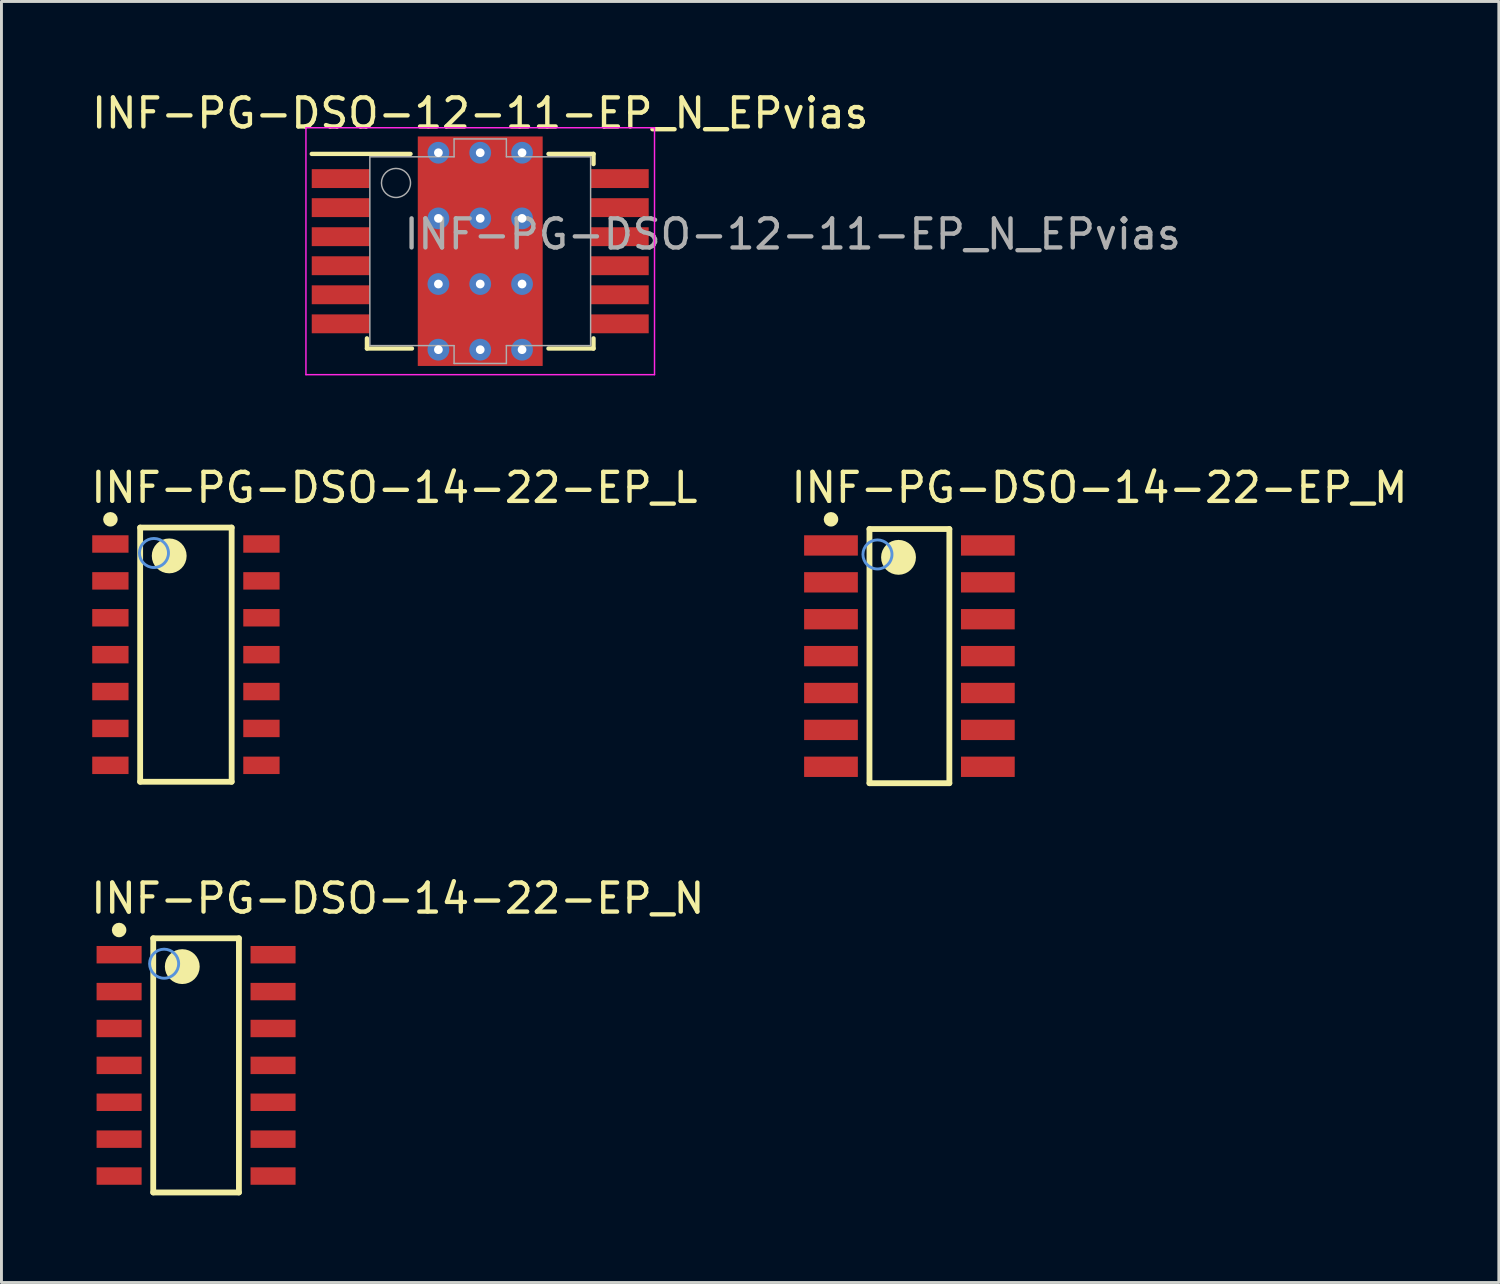
<source format=kicad_pcb>
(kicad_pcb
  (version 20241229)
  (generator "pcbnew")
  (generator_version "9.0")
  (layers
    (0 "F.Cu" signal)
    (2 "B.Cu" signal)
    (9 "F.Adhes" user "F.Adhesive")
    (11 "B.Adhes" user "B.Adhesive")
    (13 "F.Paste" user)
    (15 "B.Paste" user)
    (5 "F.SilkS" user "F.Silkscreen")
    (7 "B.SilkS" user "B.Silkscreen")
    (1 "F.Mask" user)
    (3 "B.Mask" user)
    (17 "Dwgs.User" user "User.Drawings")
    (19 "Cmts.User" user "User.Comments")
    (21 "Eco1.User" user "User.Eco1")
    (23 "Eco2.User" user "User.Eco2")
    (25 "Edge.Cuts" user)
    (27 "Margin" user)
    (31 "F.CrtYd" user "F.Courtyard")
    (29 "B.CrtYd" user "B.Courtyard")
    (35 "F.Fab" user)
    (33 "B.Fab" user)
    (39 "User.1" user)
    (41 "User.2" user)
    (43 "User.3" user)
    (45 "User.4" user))
  (footprint "INF-PG-DSO-14-22-EP_M"
    (layer "F.Cu")
    (at 28.257 19.537)
    (property "Reference" "INF-PG-DSO-14-22-EP_M" (at -4.15 -5.214 0) (layer "F.SilkS") (effects (font (size 1 1) (thickness 0.15)) (justify left bottom)))
    (attr through_hole)
    (fp_line (start -1.375 -4.375) (end 1.375 -4.375) (stroke (width 0.2) (type solid)) (layer "F.SilkS"))
    (fp_line (start -1.375 4.375) (end -1.375 -4.375) (stroke (width 0.2) (type solid)) (layer "F.SilkS"))
    (fp_line (start -1.375 4.375) (end 1.375 4.375) (stroke (width 0.2) (type solid)) (layer "F.SilkS"))
    (fp_line (start 1.375 4.375) (end 1.375 -4.375) (stroke (width 0.2) (type solid)) (layer "F.SilkS"))
    (fp_circle (center -2.7 -4.71) (end -2.575 -4.71) (stroke (width 0.25) (type solid)) (fill no) (layer "F.SilkS"))
    (fp_circle (center -0.375 -3.4) (end -0.075 -3.4) (stroke (width 0.6) (type solid)) (fill no) (layer "F.SilkS"))
    (fp_circle (center -1.1 -3.5) (end -0.6 -3.5) (stroke (width 0.1) (type solid)) (fill no) (layer "Cmts.User"))
    (pad "1" smd rect (at -2.7 -3.81 90) (size 0.7 1.85) (layers "F.Cu" "F.Mask" "F.Paste"))
    (pad "2" smd rect (at -2.7 -2.54 90) (size 0.7 1.85) (layers "F.Cu" "F.Mask" "F.Paste"))
    (pad "3" smd rect (at -2.7 -1.27 90) (size 0.7 1.85) (layers "F.Cu" "F.Mask" "F.Paste"))
    (pad "4" smd rect (at -2.7 0 90) (size 0.7 1.85) (layers "F.Cu" "F.Mask" "F.Paste"))
    (pad "5" smd rect (at -2.7 1.27 90) (size 0.7 1.85) (layers "F.Cu" "F.Mask" "F.Paste"))
    (pad "6" smd rect (at -2.7 2.54 90) (size 0.7 1.85) (layers "F.Cu" "F.Mask" "F.Paste"))
    (pad "7" smd rect (at -2.7 3.81 90) (size 0.7 1.85) (layers "F.Cu" "F.Mask" "F.Paste"))
    (pad "8" smd rect (at 2.7 3.81 90) (size 0.7 1.85) (layers "F.Cu" "F.Mask" "F.Paste"))
    (pad "9" smd rect (at 2.7 2.54 90) (size 0.7 1.85) (layers "F.Cu" "F.Mask" "F.Paste"))
    (pad "10" smd rect (at 2.7 1.27 90) (size 0.7 1.85) (layers "F.Cu" "F.Mask" "F.Paste"))
    (pad "11" smd rect (at 2.7 0 90) (size 0.7 1.85) (layers "F.Cu" "F.Mask" "F.Paste"))
    (pad "12" smd rect (at 2.7 -1.27 90) (size 0.7 1.85) (layers "F.Cu" "F.Mask" "F.Paste"))
    (pad "13" smd rect (at 2.7 -2.54 90) (size 0.7 1.85) (layers "F.Cu" "F.Mask" "F.Paste"))
    (pad "14" smd rect (at 2.7 -3.81 90) (size 0.7 1.85) (layers "F.Cu" "F.Mask" "F.Paste")))
  (footprint "INF-PG-DSO-14-22-EP_N"
    (layer "F.Cu")
    (at 3.7 33.626)
    (property "Reference" "INF-PG-DSO-14-22-EP_N" (at -3.7 -5.164 0) (layer "F.SilkS") (effects (font (size 1 1) (thickness 0.15)) (justify left bottom)))
    (attr through_hole)
    (fp_line (start -1.475 -4.375) (end 1.475 -4.375) (stroke (width 0.2) (type solid)) (layer "F.SilkS"))
    (fp_line (start -1.475 4.375) (end -1.475 -4.375) (stroke (width 0.2) (type solid)) (layer "F.SilkS"))
    (fp_line (start -1.475 4.375) (end 1.475 4.375) (stroke (width 0.2) (type solid)) (layer "F.SilkS"))
    (fp_line (start 1.475 4.375) (end 1.475 -4.375) (stroke (width 0.2) (type solid)) (layer "F.SilkS"))
    (fp_circle (center -2.65 -4.66) (end -2.525 -4.66) (stroke (width 0.25) (type solid)) (fill no) (layer "F.SilkS"))
    (fp_circle (center -0.475 -3.4) (end -0.175 -3.4) (stroke (width 0.6) (type solid)) (fill no) (layer "F.SilkS"))
    (fp_circle (center -1.1 -3.5) (end -0.6 -3.5) (stroke (width 0.1) (type solid)) (fill no) (layer "Cmts.User"))
    (pad "1" smd rect (at -2.65 -3.81 90) (size 0.6 1.55) (layers "F.Cu" "F.Mask" "F.Paste"))
    (pad "2" smd rect (at -2.65 -2.54 90) (size 0.6 1.55) (layers "F.Cu" "F.Mask" "F.Paste"))
    (pad "3" smd rect (at -2.65 -1.27 90) (size 0.6 1.55) (layers "F.Cu" "F.Mask" "F.Paste"))
    (pad "4" smd rect (at -2.65 0 90) (size 0.6 1.55) (layers "F.Cu" "F.Mask" "F.Paste"))
    (pad "5" smd rect (at -2.65 1.27 90) (size 0.6 1.55) (layers "F.Cu" "F.Mask" "F.Paste"))
    (pad "6" smd rect (at -2.65 2.54 90) (size 0.6 1.55) (layers "F.Cu" "F.Mask" "F.Paste"))
    (pad "7" smd rect (at -2.65 3.81 90) (size 0.6 1.55) (layers "F.Cu" "F.Mask" "F.Paste"))
    (pad "8" smd rect (at 2.65 3.81 90) (size 0.6 1.55) (layers "F.Cu" "F.Mask" "F.Paste"))
    (pad "9" smd rect (at 2.65 2.54 90) (size 0.6 1.55) (layers "F.Cu" "F.Mask" "F.Paste"))
    (pad "10" smd rect (at 2.65 1.27 90) (size 0.6 1.55) (layers "F.Cu" "F.Mask" "F.Paste"))
    (pad "11" smd rect (at 2.65 0 90) (size 0.6 1.55) (layers "F.Cu" "F.Mask" "F.Paste"))
    (pad "12" smd rect (at 2.65 -1.27 90) (size 0.6 1.55) (layers "F.Cu" "F.Mask" "F.Paste"))
    (pad "13" smd rect (at 2.65 -2.54 90) (size 0.6 1.55) (layers "F.Cu" "F.Mask" "F.Paste"))
    (pad "14" smd rect (at 2.65 -3.81 90) (size 0.6 1.55) (layers "F.Cu" "F.Mask" "F.Paste")))
  (footprint "INF-PG-DSO-12-11-EP_N_EPvias"
    (layer "F.Cu")
    (at 13.482 5.598)
    (property "Reference" "INF-PG-DSO-12-11-EP_N_EPvias" (at -2.7 0 0) (layer "F.Fab") (effects (font (size 1 1) (thickness 0.15)) (justify left bottom)))
    (attr through_hole)
    (fp_line (start -5.8 -3.35) (end -2.4 -3.35) (stroke (width 0.15) (type solid)) (layer "F.SilkS"))
    (fp_line (start -3.9 3) (end -3.9 3.35) (stroke (width 0.15) (type solid)) (layer "F.SilkS"))
    (fp_line (start -3.9 3.35) (end -2.35 3.35) (stroke (width 0.15) (type solid)) (layer "F.SilkS"))
    (fp_line (start 3.9 -3.35) (end 2.35 -3.35) (stroke (width 0.15) (type solid)) (layer "F.SilkS"))
    (fp_line (start 3.9 -3) (end 3.9 -3.35) (stroke (width 0.15) (type solid)) (layer "F.SilkS"))
    (fp_line (start 3.9 3) (end 3.9 3.35) (stroke (width 0.15) (type solid)) (layer "F.SilkS"))
    (fp_line (start 3.9 3.35) (end 2.35 3.35) (stroke (width 0.15) (type solid)) (layer "F.SilkS"))
    (fp_line (start -6 -4.25) (end 6 -4.25) (stroke (width 0.05) (type solid)) (layer "F.CrtYd"))
    (fp_line (start -6 4.25) (end -6 -4.25) (stroke (width 0.05) (type solid)) (layer "F.CrtYd"))
    (fp_line (start 6 -4.25) (end 6 4.25) (stroke (width 0.05) (type solid)) (layer "F.CrtYd"))
    (fp_line (start 6 4.25) (end -6 4.25) (stroke (width 0.05) (type solid)) (layer "F.CrtYd"))
    (fp_line (start -3.8 -3.25) (end -0.9 -3.25) (stroke (width 0.05) (type solid)) (layer "F.Fab"))
    (fp_line (start -3.8 3.25) (end -3.8 -3.25) (stroke (width 0.05) (type solid)) (layer "F.Fab"))
    (fp_line (start -0.9 -3.865) (end 0.9 -3.865) (stroke (width 0.05) (type solid)) (layer "F.Fab"))
    (fp_line (start -0.9 -3.25) (end -0.9 -3.865) (stroke (width 0.05) (type solid)) (layer "F.Fab"))
    (fp_line (start -0.9 3.25) (end -3.8 3.25) (stroke (width 0.05) (type solid)) (layer "F.Fab"))
    (fp_line (start -0.9 3.865) (end -0.9 3.25) (stroke (width 0.05) (type solid)) (layer "F.Fab"))
    (fp_line (start 0.9 -3.865) (end 0.9 -3.25) (stroke (width 0.05) (type solid)) (layer "F.Fab"))
    (fp_line (start 0.9 -3.25) (end 3.8 -3.25) (stroke (width 0.05) (type solid)) (layer "F.Fab"))
    (fp_line (start 0.9 3.25) (end 0.9 3.865) (stroke (width 0.05) (type solid)) (layer "F.Fab"))
    (fp_line (start 0.9 3.865) (end -0.9 3.865) (stroke (width 0.05) (type solid)) (layer "F.Fab"))
    (fp_line (start 3.8 -3.25) (end 3.8 3.25) (stroke (width 0.05) (type solid)) (layer "F.Fab"))
    (fp_line (start 3.8 3.25) (end 0.9 3.25) (stroke (width 0.05) (type solid)) (layer "F.Fab"))
    (fp_circle (center -2.9 -2.35) (end -2.4 -2.35) (stroke (width 0.05) (type solid)) (fill no) (layer "F.Fab"))
    (fp_text user "${REFERENCE}" (at 0 -4.75 0) (layer "F.SilkS") (effects (font (size 1 1) (thickness 0.15))))
    (pad "1" smd rect (at -4.8 -2.5) (size 2 0.65) (layers "F.Cu" "F.Mask" "F.Paste"))
    (pad "2" smd rect (at -4.8 -1.5) (size 2 0.65) (layers "F.Cu" "F.Mask" "F.Paste"))
    (pad "3" smd rect (at -4.8 -0.5) (size 2 0.65) (layers "F.Cu" "F.Mask" "F.Paste"))
    (pad "4" smd rect (at -4.8 0.5) (size 2 0.65) (layers "F.Cu" "F.Mask" "F.Paste"))
    (pad "5" smd rect (at -4.8 1.5) (size 2 0.65) (layers "F.Cu" "F.Mask" "F.Paste"))
    (pad "6" smd rect (at -4.8 2.5) (size 2 0.65) (layers "F.Cu" "F.Mask" "F.Paste"))
    (pad "7" smd rect (at 4.8 2.5) (size 2 0.65) (layers "F.Cu" "F.Mask" "F.Paste"))
    (pad "8" smd rect (at 4.8 1.5) (size 2 0.65) (layers "F.Cu" "F.Mask" "F.Paste"))
    (pad "9" smd rect (at 4.8 0.5) (size 2 0.65) (layers "F.Cu" "F.Mask" "F.Paste"))
    (pad "10" smd rect (at 4.8 -0.5) (size 2 0.65) (layers "F.Cu" "F.Mask" "F.Paste"))
    (pad "11" smd rect (at 4.8 -1.5) (size 2 0.65) (layers "F.Cu" "F.Mask" "F.Paste"))
    (pad "12" smd rect (at 4.8 -2.5) (size 2 0.65) (layers "F.Cu" "F.Mask" "F.Paste"))
    (pad "13" thru_hole circle (at -1.44 -3.39) (size 0.75 0.75) (drill 0.3) (layers "*.Cu" "F.Mask"))
    (pad "13" thru_hole circle (at -1.44 -1.13) (size 0.75 0.75) (drill 0.3) (layers "*.Cu" "F.Mask"))
    (pad "13" thru_hole circle (at -1.44 1.13) (size 0.75 0.75) (drill 0.3) (layers "*.Cu" "F.Mask"))
    (pad "13" thru_hole circle (at -1.44 3.39) (size 0.75 0.75) (drill 0.3) (layers "*.Cu" "F.Mask"))
    (pad "13" thru_hole circle (at 0 -3.39) (size 0.75 0.75) (drill 0.3) (layers "*.Cu" "F.Mask"))
    (pad "13" thru_hole circle (at 0 -1.13) (size 0.75 0.75) (drill 0.3) (layers "*.Cu" "F.Mask"))
    (pad "13" smd rect (at 0 0) (size 4.3 7.9) (layers "F.Cu" "F.Mask" "F.Paste"))
    (pad "13" thru_hole circle (at 0 1.13) (size 0.75 0.75) (drill 0.3) (layers "*.Cu" "F.Mask"))
    (pad "13" thru_hole circle (at 0 3.39) (size 0.75 0.75) (drill 0.3) (layers "*.Cu" "F.Mask"))
    (pad "13" thru_hole circle (at 1.44 -3.39) (size 0.75 0.75) (drill 0.3) (layers "*.Cu" "F.Mask"))
    (pad "13" thru_hole circle (at 1.44 -1.13) (size 0.75 0.75) (drill 0.3) (layers "*.Cu" "F.Mask"))
    (pad "13" thru_hole circle (at 1.44 1.13) (size 0.75 0.75) (drill 0.3) (layers "*.Cu" "F.Mask"))
    (pad "13" thru_hole circle (at 1.44 3.39) (size 0.75 0.75) (drill 0.3) (layers "*.Cu" "F.Mask")))
  (footprint "INF-PG-DSO-14-22-EP_L"
    (layer "F.Cu")
    (at 3.35 19.487)
    (property "Reference" "INF-PG-DSO-14-22-EP_L" (at -3.35 -5.164 0) (layer "F.SilkS") (effects (font (size 1 1) (thickness 0.15)) (justify left bottom)))
    (attr through_hole)
    (fp_line (start -1.575 -4.375) (end 1.575 -4.375) (stroke (width 0.2) (type solid)) (layer "F.SilkS"))
    (fp_line (start -1.575 4.375) (end -1.575 -4.375) (stroke (width 0.2) (type solid)) (layer "F.SilkS"))
    (fp_line (start -1.575 4.375) (end 1.575 4.375) (stroke (width 0.2) (type solid)) (layer "F.SilkS"))
    (fp_line (start 1.575 4.375) (end 1.575 -4.375) (stroke (width 0.2) (type solid)) (layer "F.SilkS"))
    (fp_circle (center -2.6 -4.66) (end -2.475 -4.66) (stroke (width 0.25) (type solid)) (fill no) (layer "F.SilkS"))
    (fp_circle (center -0.575 -3.4) (end -0.275 -3.4) (stroke (width 0.6) (type solid)) (fill no) (layer "F.SilkS"))
    (fp_circle (center -1.1 -3.5) (end -0.6 -3.5) (stroke (width 0.1) (type solid)) (fill no) (layer "Cmts.User"))
    (pad "1" smd rect (at -2.6 -3.81 90) (size 0.6 1.25) (layers "F.Cu" "F.Mask" "F.Paste"))
    (pad "2" smd rect (at -2.6 -2.54 90) (size 0.6 1.25) (layers "F.Cu" "F.Mask" "F.Paste"))
    (pad "3" smd rect (at -2.6 -1.27 90) (size 0.6 1.25) (layers "F.Cu" "F.Mask" "F.Paste"))
    (pad "4" smd rect (at -2.6 0 90) (size 0.6 1.25) (layers "F.Cu" "F.Mask" "F.Paste"))
    (pad "5" smd rect (at -2.6 1.27 90) (size 0.6 1.25) (layers "F.Cu" "F.Mask" "F.Paste"))
    (pad "6" smd rect (at -2.6 2.54 90) (size 0.6 1.25) (layers "F.Cu" "F.Mask" "F.Paste"))
    (pad "7" smd rect (at -2.6 3.81 90) (size 0.6 1.25) (layers "F.Cu" "F.Mask" "F.Paste"))
    (pad "8" smd rect (at 2.6 3.81 90) (size 0.6 1.25) (layers "F.Cu" "F.Mask" "F.Paste"))
    (pad "9" smd rect (at 2.6 2.54 90) (size 0.6 1.25) (layers "F.Cu" "F.Mask" "F.Paste"))
    (pad "10" smd rect (at 2.6 1.27 90) (size 0.6 1.25) (layers "F.Cu" "F.Mask" "F.Paste"))
    (pad "11" smd rect (at 2.6 0 90) (size 0.6 1.25) (layers "F.Cu" "F.Mask" "F.Paste"))
    (pad "12" smd rect (at 2.6 -1.27 90) (size 0.6 1.25) (layers "F.Cu" "F.Mask" "F.Paste"))
    (pad "13" smd rect (at 2.6 -2.54 90) (size 0.6 1.25) (layers "F.Cu" "F.Mask" "F.Paste"))
    (pad "14" smd rect (at 2.6 -3.81 90) (size 0.6 1.25) (layers "F.Cu" "F.Mask" "F.Paste")))
  (gr_rect
    (start -3 -3)
    (end 48.548 41.101)
    (stroke (width 0.1) (type default))
    (fill no)
    (layer "Edge.Cuts")))
</source>
